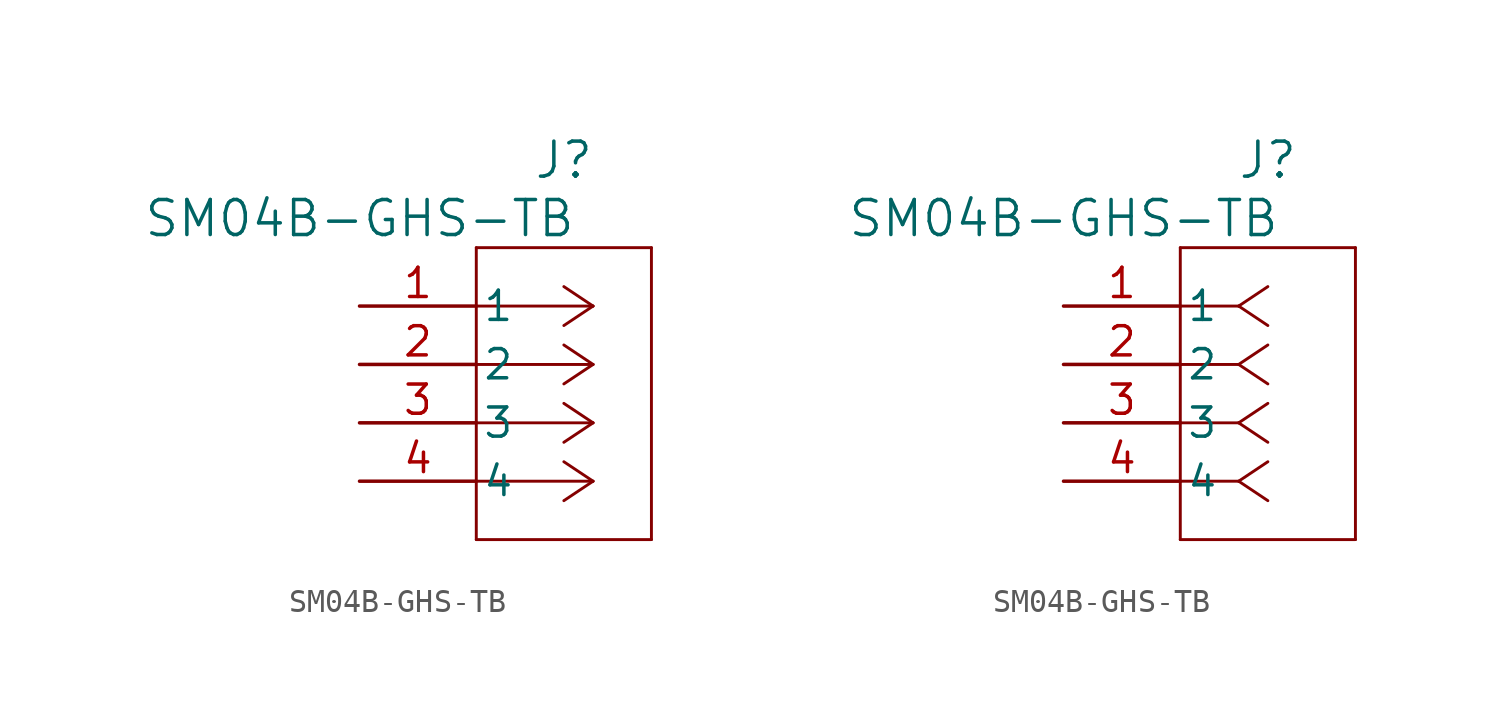
<source format=kicad_sym>
(kicad_symbol_lib
  (version 20220914)
  (generator kicad_symbol_editor)
  (symbol "SM04B-GHS-TB"
    (pin_names
      (offset 0.254))
    (property "Reference" "J"
      (at 8.89 6.35 0)
      (effects (font (size 1.524 1.524))))
    (property "Value" "SM04B-GHS-TB"
      (at 0 3.81 0)
      (effects (font (size 1.524 1.524))))
    (property "ki_locked" ""
      (at 0 0 0)
      (effects (font (size 1.27 1.27))))
    (symbol "SM04B-GHS-TB_1_1"
      (polyline (pts (xy 5.08 -10.16) (xy 12.7 -10.16)) (stroke (width 0.127) (type default)) (fill (type none)))
      (polyline (pts (xy 5.08 2.54) (xy 5.08 -10.16)) (stroke (width 0.127) (type default)) (fill (type none)))
      (polyline (pts (xy 10.16 -7.62) (xy 5.08 -7.62)) (stroke (width 0.127) (type default)) (fill (type none)))
      (polyline (pts (xy 10.16 -7.62) (xy 8.89 -8.467)) (stroke (width 0.127) (type default)) (fill (type none)))
      (polyline (pts (xy 10.16 -7.62) (xy 8.89 -6.773)) (stroke (width 0.127) (type default)) (fill (type none)))
      (polyline (pts (xy 10.16 -5.08) (xy 5.08 -5.08)) (stroke (width 0.127) (type default)) (fill (type none)))
      (polyline (pts (xy 10.16 -5.08) (xy 8.89 -5.927)) (stroke (width 0.127) (type default)) (fill (type none)))
      (polyline (pts (xy 10.16 -5.08) (xy 8.89 -4.233)) (stroke (width 0.127) (type default)) (fill (type none)))
      (polyline (pts (xy 10.16 -2.54) (xy 5.08 -2.54)) (stroke (width 0.127) (type default)) (fill (type none)))
      (polyline (pts (xy 10.16 -2.54) (xy 8.89 -3.387)) (stroke (width 0.127) (type default)) (fill (type none)))
      (polyline (pts (xy 10.16 -2.54) (xy 8.89 -1.693)) (stroke (width 0.127) (type default)) (fill (type none)))
      (polyline (pts (xy 10.16 0) (xy 5.08 0)) (stroke (width 0.127) (type default)) (fill (type none)))
      (polyline (pts (xy 10.16 0) (xy 8.89 -0.847)) (stroke (width 0.127) (type default)) (fill (type none)))
      (polyline (pts (xy 10.16 0) (xy 8.89 0.847)) (stroke (width 0.127) (type default)) (fill (type none)))
      (polyline (pts (xy 12.7 -10.16) (xy 12.7 2.54)) (stroke (width 0.127) (type default)) (fill (type none)))
      (polyline (pts (xy 12.7 2.54) (xy 5.08 2.54)) (stroke (width 0.127) (type default)) (fill (type none)))
      (pin unspecified line (at 0 0 0) (length 5.08) (name "1" (effects (font (size 1.27 1.27)))) (number "1" (effects (font (size 1.27 1.27)))))
      (pin unspecified line (at 0 -2.54 0) (length 5.08) (name "2" (effects (font (size 1.27 1.27)))) (number "2" (effects (font (size 1.27 1.27)))))
      (pin unspecified line (at 0 -5.08 0) (length 5.08) (name "3" (effects (font (size 1.27 1.27)))) (number "3" (effects (font (size 1.27 1.27)))))
      (pin unspecified line (at 0 -7.62 0) (length 5.08) (name "4" (effects (font (size 1.27 1.27)))) (number "4" (effects (font (size 1.27 1.27))))))
    (symbol "SM04B-GHS-TB_1_2"
      (polyline (pts (xy 5.08 -10.16) (xy 12.7 -10.16)) (stroke (width 0.127) (type default)) (fill (type none)))
      (polyline (pts (xy 5.08 2.54) (xy 5.08 -10.16)) (stroke (width 0.127) (type default)) (fill (type none)))
      (polyline (pts (xy 7.62 -7.62) (xy 5.08 -7.62)) (stroke (width 0.127) (type default)) (fill (type none)))
      (polyline (pts (xy 7.62 -7.62) (xy 8.89 -8.467)) (stroke (width 0.127) (type default)) (fill (type none)))
      (polyline (pts (xy 7.62 -7.62) (xy 8.89 -6.773)) (stroke (width 0.127) (type default)) (fill (type none)))
      (polyline (pts (xy 7.62 -5.08) (xy 5.08 -5.08)) (stroke (width 0.127) (type default)) (fill (type none)))
      (polyline (pts (xy 7.62 -5.08) (xy 8.89 -5.927)) (stroke (width 0.127) (type default)) (fill (type none)))
      (polyline (pts (xy 7.62 -5.08) (xy 8.89 -4.233)) (stroke (width 0.127) (type default)) (fill (type none)))
      (polyline (pts (xy 7.62 -2.54) (xy 5.08 -2.54)) (stroke (width 0.127) (type default)) (fill (type none)))
      (polyline (pts (xy 7.62 -2.54) (xy 8.89 -3.387)) (stroke (width 0.127) (type default)) (fill (type none)))
      (polyline (pts (xy 7.62 -2.54) (xy 8.89 -1.693)) (stroke (width 0.127) (type default)) (fill (type none)))
      (polyline (pts (xy 7.62 0) (xy 5.08 0)) (stroke (width 0.127) (type default)) (fill (type none)))
      (polyline (pts (xy 7.62 0) (xy 8.89 -0.847)) (stroke (width 0.127) (type default)) (fill (type none)))
      (polyline (pts (xy 7.62 0) (xy 8.89 0.847)) (stroke (width 0.127) (type default)) (fill (type none)))
      (polyline (pts (xy 12.7 -10.16) (xy 12.7 2.54)) (stroke (width 0.127) (type default)) (fill (type none)))
      (polyline (pts (xy 12.7 2.54) (xy 5.08 2.54)) (stroke (width 0.127) (type default)) (fill (type none)))
      (pin unspecified line (at 0 0 0) (length 5.08) (name "1" (effects (font (size 1.27 1.27)))) (number "1" (effects (font (size 1.27 1.27)))))
      (pin unspecified line (at 0 -2.54 0) (length 5.08) (name "2" (effects (font (size 1.27 1.27)))) (number "2" (effects (font (size 1.27 1.27)))))
      (pin unspecified line (at 0 -5.08 0) (length 5.08) (name "3" (effects (font (size 1.27 1.27)))) (number "3" (effects (font (size 1.27 1.27)))))
      (pin unspecified line (at 0 -7.62 0) (length 5.08) (name "4" (effects (font (size 1.27 1.27)))) (number "4" (effects (font (size 1.27 1.27))))))))
</source>
